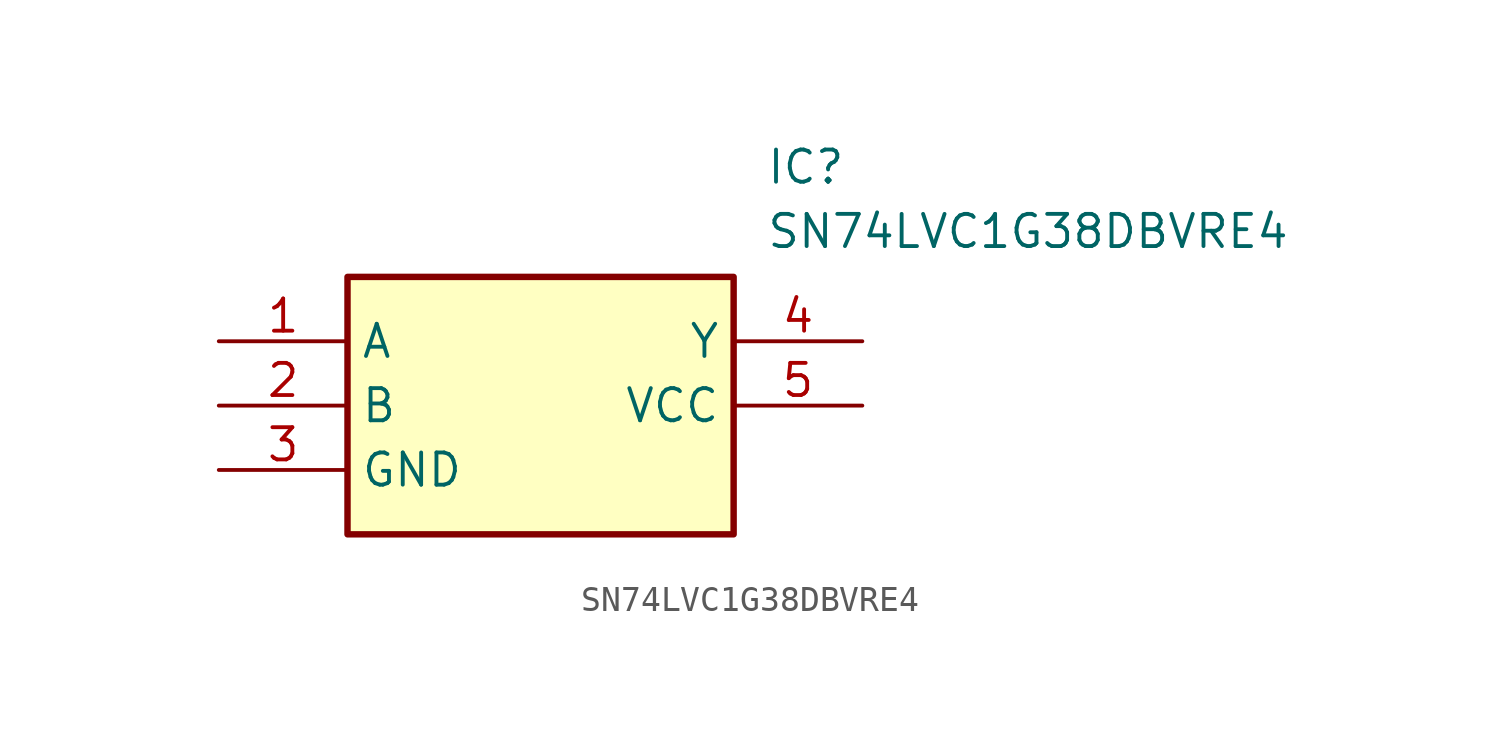
<source format=kicad_sym>
(kicad_symbol_lib
  (version 20211014)
  (generator SamacSys_ECAD_Model)
  (symbol "SN74LVC1G38DBVRE4"
    (property "Reference" "IC"
      (at 21.59 7.62 0)
      (effects (font (size 1.27 1.27)) (justify left top)))
    (property "Value" "SN74LVC1G38DBVRE4"
      (at 21.59 5.08 0)
      (effects (font (size 1.27 1.27)) (justify left top)))
    (rectangle
      (start 5.08 2.54)
      (end 20.32 -7.62)
      (stroke (width 0.254) (type default))
      (fill (type background)))
    (pin passive line
      (at 0 0 0)
      (length 5.08)
      (name "A" (effects (font (size 1.27 1.27))))
      (number "1" (effects (font (size 1.27 1.27)))))
    (pin passive line
      (at 0 -2.54 0)
      (length 5.08)
      (name "B" (effects (font (size 1.27 1.27))))
      (number "2" (effects (font (size 1.27 1.27)))))
    (pin passive line
      (at 0 -5.08 0)
      (length 5.08)
      (name "GND" (effects (font (size 1.27 1.27))))
      (number "3" (effects (font (size 1.27 1.27)))))
    (pin passive line
      (at 25.4 0 180)
      (length 5.08)
      (name "Y" (effects (font (size 1.27 1.27))))
      (number "4" (effects (font (size 1.27 1.27)))))
    (pin passive line
      (at 25.4 -2.54 180)
      (length 5.08)
      (name "VCC" (effects (font (size 1.27 1.27))))
      (number "5" (effects (font (size 1.27 1.27)))))))
</source>
